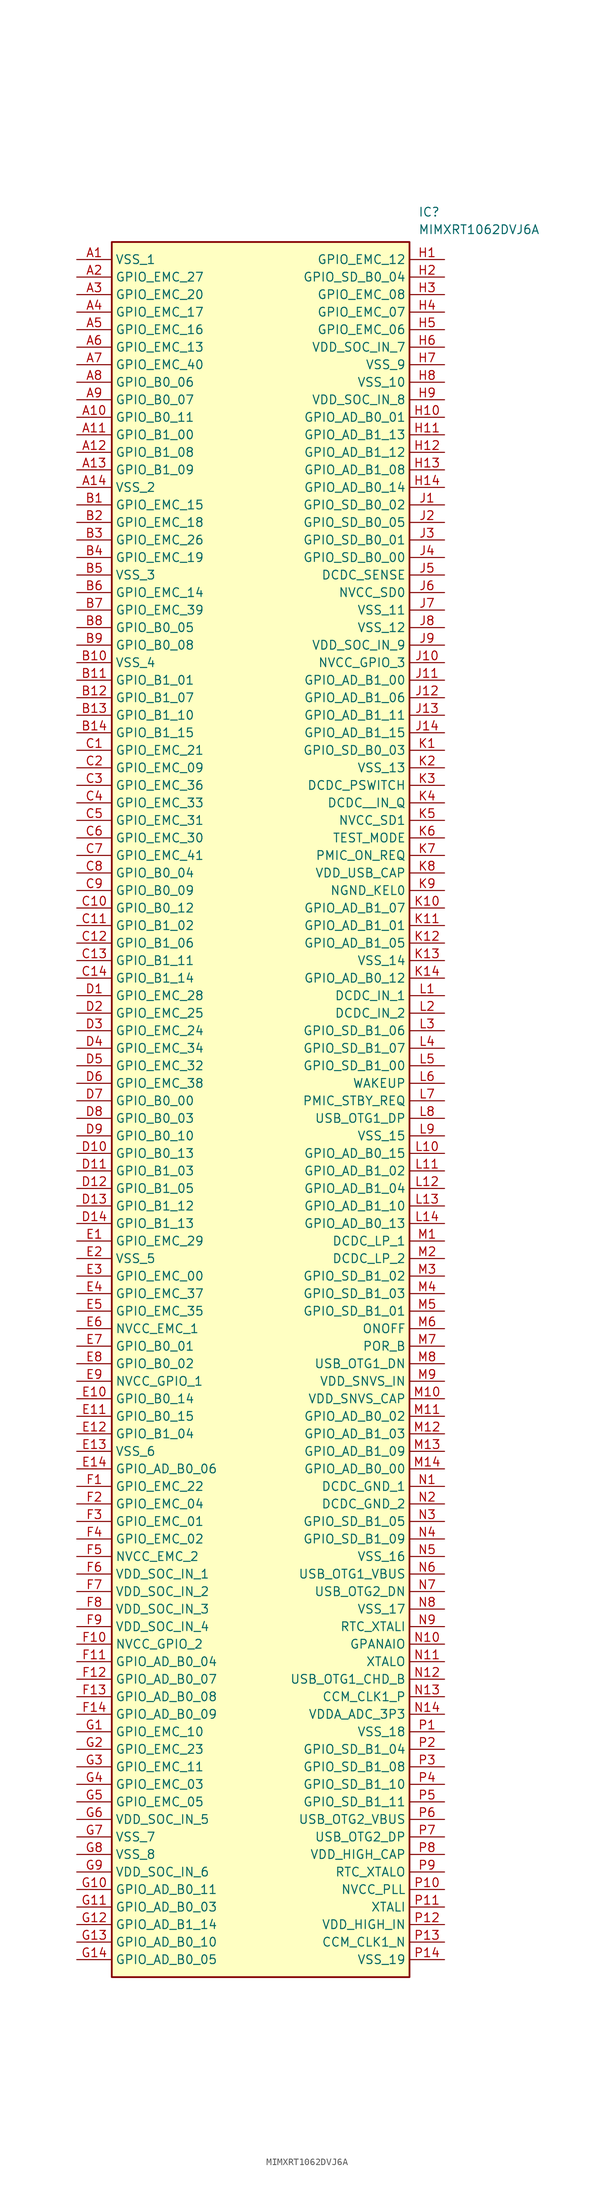
<source format=kicad_sym>
(kicad_symbol_lib
  (version 20241209)
  (generator "kicad_symbol_editor")
  (generator_version "9.0")
  (symbol "MIMXRT1062DVJ6A"
    (property "Reference" "IC"
      (at 49.53 7.62 0)
      (effects (font (size 1.27 1.27)) (justify left top)))
    (property "Value" "MIMXRT1062DVJ6A"
      (at 49.53 5.08 0)
      (effects (font (size 1.27 1.27)) (justify left top)))
    (symbol "MIMXRT1062DVJ6A_1_1"
      (rectangle (start 5.08 2.54) (end 48.26 -248.92) (stroke (width 0.254) (type default)) (fill (type background)))
      (pin passive line (at 0 0 0) (length 5.08) (name "VSS_1" (effects (font (size 1.27 1.27)))) (number "A1" (effects (font (size 1.27 1.27)))))
      (pin passive line (at 0 -2.54 0) (length 5.08) (name "GPIO_EMC_27" (effects (font (size 1.27 1.27)))) (number "A2" (effects (font (size 1.27 1.27)))))
      (pin passive line (at 0 -5.08 0) (length 5.08) (name "GPIO_EMC_20" (effects (font (size 1.27 1.27)))) (number "A3" (effects (font (size 1.27 1.27)))))
      (pin passive line (at 0 -7.62 0) (length 5.08) (name "GPIO_EMC_17" (effects (font (size 1.27 1.27)))) (number "A4" (effects (font (size 1.27 1.27)))))
      (pin passive line (at 0 -10.16 0) (length 5.08) (name "GPIO_EMC_16" (effects (font (size 1.27 1.27)))) (number "A5" (effects (font (size 1.27 1.27)))))
      (pin passive line (at 0 -12.7 0) (length 5.08) (name "GPIO_EMC_13" (effects (font (size 1.27 1.27)))) (number "A6" (effects (font (size 1.27 1.27)))))
      (pin passive line (at 0 -15.24 0) (length 5.08) (name "GPIO_EMC_40" (effects (font (size 1.27 1.27)))) (number "A7" (effects (font (size 1.27 1.27)))))
      (pin passive line (at 0 -17.78 0) (length 5.08) (name "GPIO_B0_06" (effects (font (size 1.27 1.27)))) (number "A8" (effects (font (size 1.27 1.27)))))
      (pin passive line (at 0 -20.32 0) (length 5.08) (name "GPIO_B0_07" (effects (font (size 1.27 1.27)))) (number "A9" (effects (font (size 1.27 1.27)))))
      (pin passive line (at 0 -22.86 0) (length 5.08) (name "GPIO_B0_11" (effects (font (size 1.27 1.27)))) (number "A10" (effects (font (size 1.27 1.27)))))
      (pin passive line (at 0 -25.4 0) (length 5.08) (name "GPIO_B1_00" (effects (font (size 1.27 1.27)))) (number "A11" (effects (font (size 1.27 1.27)))))
      (pin passive line (at 0 -27.94 0) (length 5.08) (name "GPIO_B1_08" (effects (font (size 1.27 1.27)))) (number "A12" (effects (font (size 1.27 1.27)))))
      (pin passive line (at 0 -30.48 0) (length 5.08) (name "GPIO_B1_09" (effects (font (size 1.27 1.27)))) (number "A13" (effects (font (size 1.27 1.27)))))
      (pin passive line (at 0 -33.02 0) (length 5.08) (name "VSS_2" (effects (font (size 1.27 1.27)))) (number "A14" (effects (font (size 1.27 1.27)))))
      (pin passive line (at 0 -35.56 0) (length 5.08) (name "GPIO_EMC_15" (effects (font (size 1.27 1.27)))) (number "B1" (effects (font (size 1.27 1.27)))))
      (pin passive line (at 0 -38.1 0) (length 5.08) (name "GPIO_EMC_18" (effects (font (size 1.27 1.27)))) (number "B2" (effects (font (size 1.27 1.27)))))
      (pin passive line (at 0 -40.64 0) (length 5.08) (name "GPIO_EMC_26" (effects (font (size 1.27 1.27)))) (number "B3" (effects (font (size 1.27 1.27)))))
      (pin passive line (at 0 -43.18 0) (length 5.08) (name "GPIO_EMC_19" (effects (font (size 1.27 1.27)))) (number "B4" (effects (font (size 1.27 1.27)))))
      (pin passive line (at 0 -45.72 0) (length 5.08) (name "VSS_3" (effects (font (size 1.27 1.27)))) (number "B5" (effects (font (size 1.27 1.27)))))
      (pin passive line (at 0 -48.26 0) (length 5.08) (name "GPIO_EMC_14" (effects (font (size 1.27 1.27)))) (number "B6" (effects (font (size 1.27 1.27)))))
      (pin passive line (at 0 -50.8 0) (length 5.08) (name "GPIO_EMC_39" (effects (font (size 1.27 1.27)))) (number "B7" (effects (font (size 1.27 1.27)))))
      (pin passive line (at 0 -53.34 0) (length 5.08) (name "GPIO_B0_05" (effects (font (size 1.27 1.27)))) (number "B8" (effects (font (size 1.27 1.27)))))
      (pin passive line (at 0 -55.88 0) (length 5.08) (name "GPIO_B0_08" (effects (font (size 1.27 1.27)))) (number "B9" (effects (font (size 1.27 1.27)))))
      (pin passive line (at 0 -58.42 0) (length 5.08) (name "VSS_4" (effects (font (size 1.27 1.27)))) (number "B10" (effects (font (size 1.27 1.27)))))
      (pin passive line (at 0 -60.96 0) (length 5.08) (name "GPIO_B1_01" (effects (font (size 1.27 1.27)))) (number "B11" (effects (font (size 1.27 1.27)))))
      (pin passive line (at 0 -63.5 0) (length 5.08) (name "GPIO_B1_07" (effects (font (size 1.27 1.27)))) (number "B12" (effects (font (size 1.27 1.27)))))
      (pin passive line (at 0 -66.04 0) (length 5.08) (name "GPIO_B1_10" (effects (font (size 1.27 1.27)))) (number "B13" (effects (font (size 1.27 1.27)))))
      (pin passive line (at 0 -68.58 0) (length 5.08) (name "GPIO_B1_15" (effects (font (size 1.27 1.27)))) (number "B14" (effects (font (size 1.27 1.27)))))
      (pin passive line (at 0 -71.12 0) (length 5.08) (name "GPIO_EMC_21" (effects (font (size 1.27 1.27)))) (number "C1" (effects (font (size 1.27 1.27)))))
      (pin passive line (at 0 -73.66 0) (length 5.08) (name "GPIO_EMC_09" (effects (font (size 1.27 1.27)))) (number "C2" (effects (font (size 1.27 1.27)))))
      (pin passive line (at 0 -76.2 0) (length 5.08) (name "GPIO_EMC_36" (effects (font (size 1.27 1.27)))) (number "C3" (effects (font (size 1.27 1.27)))))
      (pin passive line (at 0 -78.74 0) (length 5.08) (name "GPIO_EMC_33" (effects (font (size 1.27 1.27)))) (number "C4" (effects (font (size 1.27 1.27)))))
      (pin passive line (at 0 -81.28 0) (length 5.08) (name "GPIO_EMC_31" (effects (font (size 1.27 1.27)))) (number "C5" (effects (font (size 1.27 1.27)))))
      (pin passive line (at 0 -83.82 0) (length 5.08) (name "GPIO_EMC_30" (effects (font (size 1.27 1.27)))) (number "C6" (effects (font (size 1.27 1.27)))))
      (pin passive line (at 0 -86.36 0) (length 5.08) (name "GPIO_EMC_41" (effects (font (size 1.27 1.27)))) (number "C7" (effects (font (size 1.27 1.27)))))
      (pin passive line (at 0 -88.9 0) (length 5.08) (name "GPIO_B0_04" (effects (font (size 1.27 1.27)))) (number "C8" (effects (font (size 1.27 1.27)))))
      (pin passive line (at 0 -91.44 0) (length 5.08) (name "GPIO_B0_09" (effects (font (size 1.27 1.27)))) (number "C9" (effects (font (size 1.27 1.27)))))
      (pin passive line (at 0 -93.98 0) (length 5.08) (name "GPIO_B0_12" (effects (font (size 1.27 1.27)))) (number "C10" (effects (font (size 1.27 1.27)))))
      (pin passive line (at 0 -96.52 0) (length 5.08) (name "GPIO_B1_02" (effects (font (size 1.27 1.27)))) (number "C11" (effects (font (size 1.27 1.27)))))
      (pin passive line (at 0 -99.06 0) (length 5.08) (name "GPIO_B1_06" (effects (font (size 1.27 1.27)))) (number "C12" (effects (font (size 1.27 1.27)))))
      (pin passive line (at 0 -101.6 0) (length 5.08) (name "GPIO_B1_11" (effects (font (size 1.27 1.27)))) (number "C13" (effects (font (size 1.27 1.27)))))
      (pin passive line (at 0 -104.14 0) (length 5.08) (name "GPIO_B1_14" (effects (font (size 1.27 1.27)))) (number "C14" (effects (font (size 1.27 1.27)))))
      (pin passive line (at 0 -106.68 0) (length 5.08) (name "GPIO_EMC_28" (effects (font (size 1.27 1.27)))) (number "D1" (effects (font (size 1.27 1.27)))))
      (pin passive line (at 0 -109.22 0) (length 5.08) (name "GPIO_EMC_25" (effects (font (size 1.27 1.27)))) (number "D2" (effects (font (size 1.27 1.27)))))
      (pin passive line (at 0 -111.76 0) (length 5.08) (name "GPIO_EMC_24" (effects (font (size 1.27 1.27)))) (number "D3" (effects (font (size 1.27 1.27)))))
      (pin passive line (at 0 -114.3 0) (length 5.08) (name "GPIO_EMC_34" (effects (font (size 1.27 1.27)))) (number "D4" (effects (font (size 1.27 1.27)))))
      (pin passive line (at 0 -116.84 0) (length 5.08) (name "GPIO_EMC_32" (effects (font (size 1.27 1.27)))) (number "D5" (effects (font (size 1.27 1.27)))))
      (pin passive line (at 0 -119.38 0) (length 5.08) (name "GPIO_EMC_38" (effects (font (size 1.27 1.27)))) (number "D6" (effects (font (size 1.27 1.27)))))
      (pin passive line (at 0 -121.92 0) (length 5.08) (name "GPIO_B0_00" (effects (font (size 1.27 1.27)))) (number "D7" (effects (font (size 1.27 1.27)))))
      (pin passive line (at 0 -124.46 0) (length 5.08) (name "GPIO_B0_03" (effects (font (size 1.27 1.27)))) (number "D8" (effects (font (size 1.27 1.27)))))
      (pin passive line (at 0 -127 0) (length 5.08) (name "GPIO_B0_10" (effects (font (size 1.27 1.27)))) (number "D9" (effects (font (size 1.27 1.27)))))
      (pin passive line (at 0 -129.54 0) (length 5.08) (name "GPIO_B0_13" (effects (font (size 1.27 1.27)))) (number "D10" (effects (font (size 1.27 1.27)))))
      (pin passive line (at 0 -132.08 0) (length 5.08) (name "GPIO_B1_03" (effects (font (size 1.27 1.27)))) (number "D11" (effects (font (size 1.27 1.27)))))
      (pin passive line (at 0 -134.62 0) (length 5.08) (name "GPIO_B1_05" (effects (font (size 1.27 1.27)))) (number "D12" (effects (font (size 1.27 1.27)))))
      (pin passive line (at 0 -137.16 0) (length 5.08) (name "GPIO_B1_12" (effects (font (size 1.27 1.27)))) (number "D13" (effects (font (size 1.27 1.27)))))
      (pin passive line (at 0 -139.7 0) (length 5.08) (name "GPIO_B1_13" (effects (font (size 1.27 1.27)))) (number "D14" (effects (font (size 1.27 1.27)))))
      (pin passive line (at 0 -142.24 0) (length 5.08) (name "GPIO_EMC_29" (effects (font (size 1.27 1.27)))) (number "E1" (effects (font (size 1.27 1.27)))))
      (pin passive line (at 0 -144.78 0) (length 5.08) (name "VSS_5" (effects (font (size 1.27 1.27)))) (number "E2" (effects (font (size 1.27 1.27)))))
      (pin passive line (at 0 -147.32 0) (length 5.08) (name "GPIO_EMC_00" (effects (font (size 1.27 1.27)))) (number "E3" (effects (font (size 1.27 1.27)))))
      (pin passive line (at 0 -149.86 0) (length 5.08) (name "GPIO_EMC_37" (effects (font (size 1.27 1.27)))) (number "E4" (effects (font (size 1.27 1.27)))))
      (pin passive line (at 0 -152.4 0) (length 5.08) (name "GPIO_EMC_35" (effects (font (size 1.27 1.27)))) (number "E5" (effects (font (size 1.27 1.27)))))
      (pin passive line (at 0 -154.94 0) (length 5.08) (name "NVCC_EMC_1" (effects (font (size 1.27 1.27)))) (number "E6" (effects (font (size 1.27 1.27)))))
      (pin passive line (at 0 -157.48 0) (length 5.08) (name "GPIO_B0_01" (effects (font (size 1.27 1.27)))) (number "E7" (effects (font (size 1.27 1.27)))))
      (pin passive line (at 0 -160.02 0) (length 5.08) (name "GPIO_B0_02" (effects (font (size 1.27 1.27)))) (number "E8" (effects (font (size 1.27 1.27)))))
      (pin passive line (at 0 -162.56 0) (length 5.08) (name "NVCC_GPIO_1" (effects (font (size 1.27 1.27)))) (number "E9" (effects (font (size 1.27 1.27)))))
      (pin passive line (at 0 -165.1 0) (length 5.08) (name "GPIO_B0_14" (effects (font (size 1.27 1.27)))) (number "E10" (effects (font (size 1.27 1.27)))))
      (pin passive line (at 0 -167.64 0) (length 5.08) (name "GPIO_B0_15" (effects (font (size 1.27 1.27)))) (number "E11" (effects (font (size 1.27 1.27)))))
      (pin passive line (at 0 -170.18 0) (length 5.08) (name "GPIO_B1_04" (effects (font (size 1.27 1.27)))) (number "E12" (effects (font (size 1.27 1.27)))))
      (pin passive line (at 0 -172.72 0) (length 5.08) (name "VSS_6" (effects (font (size 1.27 1.27)))) (number "E13" (effects (font (size 1.27 1.27)))))
      (pin passive line (at 0 -175.26 0) (length 5.08) (name "GPIO_AD_B0_06" (effects (font (size 1.27 1.27)))) (number "E14" (effects (font (size 1.27 1.27)))))
      (pin passive line (at 0 -177.8 0) (length 5.08) (name "GPIO_EMC_22" (effects (font (size 1.27 1.27)))) (number "F1" (effects (font (size 1.27 1.27)))))
      (pin passive line (at 0 -180.34 0) (length 5.08) (name "GPIO_EMC_04" (effects (font (size 1.27 1.27)))) (number "F2" (effects (font (size 1.27 1.27)))))
      (pin passive line (at 0 -182.88 0) (length 5.08) (name "GPIO_EMC_01" (effects (font (size 1.27 1.27)))) (number "F3" (effects (font (size 1.27 1.27)))))
      (pin passive line (at 0 -185.42 0) (length 5.08) (name "GPIO_EMC_02" (effects (font (size 1.27 1.27)))) (number "F4" (effects (font (size 1.27 1.27)))))
      (pin passive line (at 0 -187.96 0) (length 5.08) (name "NVCC_EMC_2" (effects (font (size 1.27 1.27)))) (number "F5" (effects (font (size 1.27 1.27)))))
      (pin passive line (at 0 -190.5 0) (length 5.08) (name "VDD_SOC_IN_1" (effects (font (size 1.27 1.27)))) (number "F6" (effects (font (size 1.27 1.27)))))
      (pin passive line (at 0 -193.04 0) (length 5.08) (name "VDD_SOC_IN_2" (effects (font (size 1.27 1.27)))) (number "F7" (effects (font (size 1.27 1.27)))))
      (pin passive line (at 0 -195.58 0) (length 5.08) (name "VDD_SOC_IN_3" (effects (font (size 1.27 1.27)))) (number "F8" (effects (font (size 1.27 1.27)))))
      (pin passive line (at 0 -198.12 0) (length 5.08) (name "VDD_SOC_IN_4" (effects (font (size 1.27 1.27)))) (number "F9" (effects (font (size 1.27 1.27)))))
      (pin passive line (at 0 -200.66 0) (length 5.08) (name "NVCC_GPIO_2" (effects (font (size 1.27 1.27)))) (number "F10" (effects (font (size 1.27 1.27)))))
      (pin passive line (at 0 -203.2 0) (length 5.08) (name "GPIO_AD_B0_04" (effects (font (size 1.27 1.27)))) (number "F11" (effects (font (size 1.27 1.27)))))
      (pin passive line (at 0 -205.74 0) (length 5.08) (name "GPIO_AD_B0_07" (effects (font (size 1.27 1.27)))) (number "F12" (effects (font (size 1.27 1.27)))))
      (pin passive line (at 0 -208.28 0) (length 5.08) (name "GPIO_AD_B0_08" (effects (font (size 1.27 1.27)))) (number "F13" (effects (font (size 1.27 1.27)))))
      (pin passive line (at 0 -210.82 0) (length 5.08) (name "GPIO_AD_B0_09" (effects (font (size 1.27 1.27)))) (number "F14" (effects (font (size 1.27 1.27)))))
      (pin passive line (at 0 -213.36 0) (length 5.08) (name "GPIO_EMC_10" (effects (font (size 1.27 1.27)))) (number "G1" (effects (font (size 1.27 1.27)))))
      (pin passive line (at 0 -215.9 0) (length 5.08) (name "GPIO_EMC_23" (effects (font (size 1.27 1.27)))) (number "G2" (effects (font (size 1.27 1.27)))))
      (pin passive line (at 0 -218.44 0) (length 5.08) (name "GPIO_EMC_11" (effects (font (size 1.27 1.27)))) (number "G3" (effects (font (size 1.27 1.27)))))
      (pin passive line (at 0 -220.98 0) (length 5.08) (name "GPIO_EMC_03" (effects (font (size 1.27 1.27)))) (number "G4" (effects (font (size 1.27 1.27)))))
      (pin passive line (at 0 -223.52 0) (length 5.08) (name "GPIO_EMC_05" (effects (font (size 1.27 1.27)))) (number "G5" (effects (font (size 1.27 1.27)))))
      (pin passive line (at 0 -226.06 0) (length 5.08) (name "VDD_SOC_IN_5" (effects (font (size 1.27 1.27)))) (number "G6" (effects (font (size 1.27 1.27)))))
      (pin passive line (at 0 -228.6 0) (length 5.08) (name "VSS_7" (effects (font (size 1.27 1.27)))) (number "G7" (effects (font (size 1.27 1.27)))))
      (pin passive line (at 0 -231.14 0) (length 5.08) (name "VSS_8" (effects (font (size 1.27 1.27)))) (number "G8" (effects (font (size 1.27 1.27)))))
      (pin passive line (at 0 -233.68 0) (length 5.08) (name "VDD_SOC_IN_6" (effects (font (size 1.27 1.27)))) (number "G9" (effects (font (size 1.27 1.27)))))
      (pin passive line (at 0 -236.22 0) (length 5.08) (name "GPIO_AD_B0_11" (effects (font (size 1.27 1.27)))) (number "G10" (effects (font (size 1.27 1.27)))))
      (pin passive line (at 0 -238.76 0) (length 5.08) (name "GPIO_AD_B0_03" (effects (font (size 1.27 1.27)))) (number "G11" (effects (font (size 1.27 1.27)))))
      (pin passive line (at 0 -241.3 0) (length 5.08) (name "GPIO_AD_B1_14" (effects (font (size 1.27 1.27)))) (number "G12" (effects (font (size 1.27 1.27)))))
      (pin passive line (at 0 -243.84 0) (length 5.08) (name "GPIO_AD_B0_10" (effects (font (size 1.27 1.27)))) (number "G13" (effects (font (size 1.27 1.27)))))
      (pin passive line (at 0 -246.38 0) (length 5.08) (name "GPIO_AD_B0_05" (effects (font (size 1.27 1.27)))) (number "G14" (effects (font (size 1.27 1.27)))))
      (pin passive line (at 53.34 0 180) (length 5.08) (name "GPIO_EMC_12" (effects (font (size 1.27 1.27)))) (number "H1" (effects (font (size 1.27 1.27)))))
      (pin passive line (at 53.34 -2.54 180) (length 5.08) (name "GPIO_SD_B0_04" (effects (font (size 1.27 1.27)))) (number "H2" (effects (font (size 1.27 1.27)))))
      (pin passive line (at 53.34 -5.08 180) (length 5.08) (name "GPIO_EMC_08" (effects (font (size 1.27 1.27)))) (number "H3" (effects (font (size 1.27 1.27)))))
      (pin passive line (at 53.34 -7.62 180) (length 5.08) (name "GPIO_EMC_07" (effects (font (size 1.27 1.27)))) (number "H4" (effects (font (size 1.27 1.27)))))
      (pin passive line (at 53.34 -10.16 180) (length 5.08) (name "GPIO_EMC_06" (effects (font (size 1.27 1.27)))) (number "H5" (effects (font (size 1.27 1.27)))))
      (pin passive line (at 53.34 -12.7 180) (length 5.08) (name "VDD_SOC_IN_7" (effects (font (size 1.27 1.27)))) (number "H6" (effects (font (size 1.27 1.27)))))
      (pin passive line (at 53.34 -15.24 180) (length 5.08) (name "VSS_9" (effects (font (size 1.27 1.27)))) (number "H7" (effects (font (size 1.27 1.27)))))
      (pin passive line (at 53.34 -17.78 180) (length 5.08) (name "VSS_10" (effects (font (size 1.27 1.27)))) (number "H8" (effects (font (size 1.27 1.27)))))
      (pin passive line (at 53.34 -20.32 180) (length 5.08) (name "VDD_SOC_IN_8" (effects (font (size 1.27 1.27)))) (number "H9" (effects (font (size 1.27 1.27)))))
      (pin passive line (at 53.34 -22.86 180) (length 5.08) (name "GPIO_AD_B0_01" (effects (font (size 1.27 1.27)))) (number "H10" (effects (font (size 1.27 1.27)))))
      (pin passive line (at 53.34 -25.4 180) (length 5.08) (name "GPIO_AD_B1_13" (effects (font (size 1.27 1.27)))) (number "H11" (effects (font (size 1.27 1.27)))))
      (pin passive line (at 53.34 -27.94 180) (length 5.08) (name "GPIO_AD_B1_12" (effects (font (size 1.27 1.27)))) (number "H12" (effects (font (size 1.27 1.27)))))
      (pin passive line (at 53.34 -30.48 180) (length 5.08) (name "GPIO_AD_B1_08" (effects (font (size 1.27 1.27)))) (number "H13" (effects (font (size 1.27 1.27)))))
      (pin passive line (at 53.34 -33.02 180) (length 5.08) (name "GPIO_AD_B0_14" (effects (font (size 1.27 1.27)))) (number "H14" (effects (font (size 1.27 1.27)))))
      (pin passive line (at 53.34 -35.56 180) (length 5.08) (name "GPIO_SD_B0_02" (effects (font (size 1.27 1.27)))) (number "J1" (effects (font (size 1.27 1.27)))))
      (pin passive line (at 53.34 -38.1 180) (length 5.08) (name "GPIO_SD_B0_05" (effects (font (size 1.27 1.27)))) (number "J2" (effects (font (size 1.27 1.27)))))
      (pin passive line (at 53.34 -40.64 180) (length 5.08) (name "GPIO_SD_B0_01" (effects (font (size 1.27 1.27)))) (number "J3" (effects (font (size 1.27 1.27)))))
      (pin passive line (at 53.34 -43.18 180) (length 5.08) (name "GPIO_SD_B0_00" (effects (font (size 1.27 1.27)))) (number "J4" (effects (font (size 1.27 1.27)))))
      (pin passive line (at 53.34 -45.72 180) (length 5.08) (name "DCDC_SENSE" (effects (font (size 1.27 1.27)))) (number "J5" (effects (font (size 1.27 1.27)))))
      (pin passive line (at 53.34 -48.26 180) (length 5.08) (name "NVCC_SD0" (effects (font (size 1.27 1.27)))) (number "J6" (effects (font (size 1.27 1.27)))))
      (pin passive line (at 53.34 -50.8 180) (length 5.08) (name "VSS_11" (effects (font (size 1.27 1.27)))) (number "J7" (effects (font (size 1.27 1.27)))))
      (pin passive line (at 53.34 -53.34 180) (length 5.08) (name "VSS_12" (effects (font (size 1.27 1.27)))) (number "J8" (effects (font (size 1.27 1.27)))))
      (pin passive line (at 53.34 -55.88 180) (length 5.08) (name "VDD_SOC_IN_9" (effects (font (size 1.27 1.27)))) (number "J9" (effects (font (size 1.27 1.27)))))
      (pin passive line (at 53.34 -58.42 180) (length 5.08) (name "NVCC_GPIO_3" (effects (font (size 1.27 1.27)))) (number "J10" (effects (font (size 1.27 1.27)))))
      (pin passive line (at 53.34 -60.96 180) (length 5.08) (name "GPIO_AD_B1_00" (effects (font (size 1.27 1.27)))) (number "J11" (effects (font (size 1.27 1.27)))))
      (pin passive line (at 53.34 -63.5 180) (length 5.08) (name "GPIO_AD_B1_06" (effects (font (size 1.27 1.27)))) (number "J12" (effects (font (size 1.27 1.27)))))
      (pin passive line (at 53.34 -66.04 180) (length 5.08) (name "GPIO_AD_B1_11" (effects (font (size 1.27 1.27)))) (number "J13" (effects (font (size 1.27 1.27)))))
      (pin passive line (at 53.34 -68.58 180) (length 5.08) (name "GPIO_AD_B1_15" (effects (font (size 1.27 1.27)))) (number "J14" (effects (font (size 1.27 1.27)))))
      (pin passive line (at 53.34 -71.12 180) (length 5.08) (name "GPIO_SD_B0_03" (effects (font (size 1.27 1.27)))) (number "K1" (effects (font (size 1.27 1.27)))))
      (pin passive line (at 53.34 -73.66 180) (length 5.08) (name "VSS_13" (effects (font (size 1.27 1.27)))) (number "K2" (effects (font (size 1.27 1.27)))))
      (pin passive line (at 53.34 -76.2 180) (length 5.08) (name "DCDC_PSWITCH" (effects (font (size 1.27 1.27)))) (number "K3" (effects (font (size 1.27 1.27)))))
      (pin passive line (at 53.34 -78.74 180) (length 5.08) (name "DCDC__IN_Q" (effects (font (size 1.27 1.27)))) (number "K4" (effects (font (size 1.27 1.27)))))
      (pin passive line (at 53.34 -81.28 180) (length 5.08) (name "NVCC_SD1" (effects (font (size 1.27 1.27)))) (number "K5" (effects (font (size 1.27 1.27)))))
      (pin passive line (at 53.34 -83.82 180) (length 5.08) (name "TEST_MODE" (effects (font (size 1.27 1.27)))) (number "K6" (effects (font (size 1.27 1.27)))))
      (pin passive line (at 53.34 -86.36 180) (length 5.08) (name "PMIC_ON_REQ" (effects (font (size 1.27 1.27)))) (number "K7" (effects (font (size 1.27 1.27)))))
      (pin passive line (at 53.34 -88.9 180) (length 5.08) (name "VDD_USB_CAP" (effects (font (size 1.27 1.27)))) (number "K8" (effects (font (size 1.27 1.27)))))
      (pin passive line (at 53.34 -91.44 180) (length 5.08) (name "NGND_KEL0" (effects (font (size 1.27 1.27)))) (number "K9" (effects (font (size 1.27 1.27)))))
      (pin passive line (at 53.34 -93.98 180) (length 5.08) (name "GPIO_AD_B1_07" (effects (font (size 1.27 1.27)))) (number "K10" (effects (font (size 1.27 1.27)))))
      (pin passive line (at 53.34 -96.52 180) (length 5.08) (name "GPIO_AD_B1_01" (effects (font (size 1.27 1.27)))) (number "K11" (effects (font (size 1.27 1.27)))))
      (pin passive line (at 53.34 -99.06 180) (length 5.08) (name "GPIO_AD_B1_05" (effects (font (size 1.27 1.27)))) (number "K12" (effects (font (size 1.27 1.27)))))
      (pin passive line (at 53.34 -101.6 180) (length 5.08) (name "VSS_14" (effects (font (size 1.27 1.27)))) (number "K13" (effects (font (size 1.27 1.27)))))
      (pin passive line (at 53.34 -104.14 180) (length 5.08) (name "GPIO_AD_B0_12" (effects (font (size 1.27 1.27)))) (number "K14" (effects (font (size 1.27 1.27)))))
      (pin passive line (at 53.34 -106.68 180) (length 5.08) (name "DCDC_IN_1" (effects (font (size 1.27 1.27)))) (number "L1" (effects (font (size 1.27 1.27)))))
      (pin passive line (at 53.34 -109.22 180) (length 5.08) (name "DCDC_IN_2" (effects (font (size 1.27 1.27)))) (number "L2" (effects (font (size 1.27 1.27)))))
      (pin passive line (at 53.34 -111.76 180) (length 5.08) (name "GPIO_SD_B1_06" (effects (font (size 1.27 1.27)))) (number "L3" (effects (font (size 1.27 1.27)))))
      (pin passive line (at 53.34 -114.3 180) (length 5.08) (name "GPIO_SD_B1_07" (effects (font (size 1.27 1.27)))) (number "L4" (effects (font (size 1.27 1.27)))))
      (pin passive line (at 53.34 -116.84 180) (length 5.08) (name "GPIO_SD_B1_00" (effects (font (size 1.27 1.27)))) (number "L5" (effects (font (size 1.27 1.27)))))
      (pin passive line (at 53.34 -119.38 180) (length 5.08) (name "WAKEUP" (effects (font (size 1.27 1.27)))) (number "L6" (effects (font (size 1.27 1.27)))))
      (pin passive line (at 53.34 -121.92 180) (length 5.08) (name "PMIC_STBY_REQ" (effects (font (size 1.27 1.27)))) (number "L7" (effects (font (size 1.27 1.27)))))
      (pin passive line (at 53.34 -124.46 180) (length 5.08) (name "USB_OTG1_DP" (effects (font (size 1.27 1.27)))) (number "L8" (effects (font (size 1.27 1.27)))))
      (pin passive line (at 53.34 -127 180) (length 5.08) (name "VSS_15" (effects (font (size 1.27 1.27)))) (number "L9" (effects (font (size 1.27 1.27)))))
      (pin passive line (at 53.34 -129.54 180) (length 5.08) (name "GPIO_AD_B0_15" (effects (font (size 1.27 1.27)))) (number "L10" (effects (font (size 1.27 1.27)))))
      (pin passive line (at 53.34 -132.08 180) (length 5.08) (name "GPIO_AD_B1_02" (effects (font (size 1.27 1.27)))) (number "L11" (effects (font (size 1.27 1.27)))))
      (pin passive line (at 53.34 -134.62 180) (length 5.08) (name "GPIO_AD_B1_04" (effects (font (size 1.27 1.27)))) (number "L12" (effects (font (size 1.27 1.27)))))
      (pin passive line (at 53.34 -137.16 180) (length 5.08) (name "GPIO_AD_B1_10" (effects (font (size 1.27 1.27)))) (number "L13" (effects (font (size 1.27 1.27)))))
      (pin passive line (at 53.34 -139.7 180) (length 5.08) (name "GPIO_AD_B0_13" (effects (font (size 1.27 1.27)))) (number "L14" (effects (font (size 1.27 1.27)))))
      (pin passive line (at 53.34 -142.24 180) (length 5.08) (name "DCDC_LP_1" (effects (font (size 1.27 1.27)))) (number "M1" (effects (font (size 1.27 1.27)))))
      (pin passive line (at 53.34 -144.78 180) (length 5.08) (name "DCDC_LP_2" (effects (font (size 1.27 1.27)))) (number "M2" (effects (font (size 1.27 1.27)))))
      (pin passive line (at 53.34 -147.32 180) (length 5.08) (name "GPIO_SD_B1_02" (effects (font (size 1.27 1.27)))) (number "M3" (effects (font (size 1.27 1.27)))))
      (pin passive line (at 53.34 -149.86 180) (length 5.08) (name "GPIO_SD_B1_03" (effects (font (size 1.27 1.27)))) (number "M4" (effects (font (size 1.27 1.27)))))
      (pin passive line (at 53.34 -152.4 180) (length 5.08) (name "GPIO_SD_B1_01" (effects (font (size 1.27 1.27)))) (number "M5" (effects (font (size 1.27 1.27)))))
      (pin passive line (at 53.34 -154.94 180) (length 5.08) (name "ONOFF" (effects (font (size 1.27 1.27)))) (number "M6" (effects (font (size 1.27 1.27)))))
      (pin passive line (at 53.34 -157.48 180) (length 5.08) (name "POR_B" (effects (font (size 1.27 1.27)))) (number "M7" (effects (font (size 1.27 1.27)))))
      (pin passive line (at 53.34 -160.02 180) (length 5.08) (name "USB_OTG1_DN" (effects (font (size 1.27 1.27)))) (number "M8" (effects (font (size 1.27 1.27)))))
      (pin passive line (at 53.34 -162.56 180) (length 5.08) (name "VDD_SNVS_IN" (effects (font (size 1.27 1.27)))) (number "M9" (effects (font (size 1.27 1.27)))))
      (pin passive line (at 53.34 -165.1 180) (length 5.08) (name "VDD_SNVS_CAP" (effects (font (size 1.27 1.27)))) (number "M10" (effects (font (size 1.27 1.27)))))
      (pin passive line (at 53.34 -167.64 180) (length 5.08) (name "GPIO_AD_B0_02" (effects (font (size 1.27 1.27)))) (number "M11" (effects (font (size 1.27 1.27)))))
      (pin passive line (at 53.34 -170.18 180) (length 5.08) (name "GPIO_AD_B1_03" (effects (font (size 1.27 1.27)))) (number "M12" (effects (font (size 1.27 1.27)))))
      (pin passive line (at 53.34 -172.72 180) (length 5.08) (name "GPIO_AD_B1_09" (effects (font (size 1.27 1.27)))) (number "M13" (effects (font (size 1.27 1.27)))))
      (pin passive line (at 53.34 -175.26 180) (length 5.08) (name "GPIO_AD_B0_00" (effects (font (size 1.27 1.27)))) (number "M14" (effects (font (size 1.27 1.27)))))
      (pin passive line (at 53.34 -177.8 180) (length 5.08) (name "DCDC_GND_1" (effects (font (size 1.27 1.27)))) (number "N1" (effects (font (size 1.27 1.27)))))
      (pin passive line (at 53.34 -180.34 180) (length 5.08) (name "DCDC_GND_2" (effects (font (size 1.27 1.27)))) (number "N2" (effects (font (size 1.27 1.27)))))
      (pin passive line (at 53.34 -182.88 180) (length 5.08) (name "GPIO_SD_B1_05" (effects (font (size 1.27 1.27)))) (number "N3" (effects (font (size 1.27 1.27)))))
      (pin passive line (at 53.34 -185.42 180) (length 5.08) (name "GPIO_SD_B1_09" (effects (font (size 1.27 1.27)))) (number "N4" (effects (font (size 1.27 1.27)))))
      (pin passive line (at 53.34 -187.96 180) (length 5.08) (name "VSS_16" (effects (font (size 1.27 1.27)))) (number "N5" (effects (font (size 1.27 1.27)))))
      (pin passive line (at 53.34 -190.5 180) (length 5.08) (name "USB_OTG1_VBUS" (effects (font (size 1.27 1.27)))) (number "N6" (effects (font (size 1.27 1.27)))))
      (pin passive line (at 53.34 -193.04 180) (length 5.08) (name "USB_OTG2_DN" (effects (font (size 1.27 1.27)))) (number "N7" (effects (font (size 1.27 1.27)))))
      (pin passive line (at 53.34 -195.58 180) (length 5.08) (name "VSS_17" (effects (font (size 1.27 1.27)))) (number "N8" (effects (font (size 1.27 1.27)))))
      (pin passive line (at 53.34 -198.12 180) (length 5.08) (name "RTC_XTALI" (effects (font (size 1.27 1.27)))) (number "N9" (effects (font (size 1.27 1.27)))))
      (pin passive line (at 53.34 -200.66 180) (length 5.08) (name "GPANAIO" (effects (font (size 1.27 1.27)))) (number "N10" (effects (font (size 1.27 1.27)))))
      (pin passive line (at 53.34 -203.2 180) (length 5.08) (name "XTALO" (effects (font (size 1.27 1.27)))) (number "N11" (effects (font (size 1.27 1.27)))))
      (pin passive line (at 53.34 -205.74 180) (length 5.08) (name "USB_OTG1_CHD_B" (effects (font (size 1.27 1.27)))) (number "N12" (effects (font (size 1.27 1.27)))))
      (pin passive line (at 53.34 -208.28 180) (length 5.08) (name "CCM_CLK1_P" (effects (font (size 1.27 1.27)))) (number "N13" (effects (font (size 1.27 1.27)))))
      (pin passive line (at 53.34 -210.82 180) (length 5.08) (name "VDDA_ADC_3P3" (effects (font (size 1.27 1.27)))) (number "N14" (effects (font (size 1.27 1.27)))))
      (pin passive line (at 53.34 -213.36 180) (length 5.08) (name "VSS_18" (effects (font (size 1.27 1.27)))) (number "P1" (effects (font (size 1.27 1.27)))))
      (pin passive line (at 53.34 -215.9 180) (length 5.08) (name "GPIO_SD_B1_04" (effects (font (size 1.27 1.27)))) (number "P2" (effects (font (size 1.27 1.27)))))
      (pin passive line (at 53.34 -218.44 180) (length 5.08) (name "GPIO_SD_B1_08" (effects (font (size 1.27 1.27)))) (number "P3" (effects (font (size 1.27 1.27)))))
      (pin passive line (at 53.34 -220.98 180) (length 5.08) (name "GPIO_SD_B1_10" (effects (font (size 1.27 1.27)))) (number "P4" (effects (font (size 1.27 1.27)))))
      (pin passive line (at 53.34 -223.52 180) (length 5.08) (name "GPIO_SD_B1_11" (effects (font (size 1.27 1.27)))) (number "P5" (effects (font (size 1.27 1.27)))))
      (pin passive line (at 53.34 -226.06 180) (length 5.08) (name "USB_OTG2_VBUS" (effects (font (size 1.27 1.27)))) (number "P6" (effects (font (size 1.27 1.27)))))
      (pin passive line (at 53.34 -228.6 180) (length 5.08) (name "USB_OTG2_DP" (effects (font (size 1.27 1.27)))) (number "P7" (effects (font (size 1.27 1.27)))))
      (pin passive line (at 53.34 -231.14 180) (length 5.08) (name "VDD_HIGH_CAP" (effects (font (size 1.27 1.27)))) (number "P8" (effects (font (size 1.27 1.27)))))
      (pin passive line (at 53.34 -233.68 180) (length 5.08) (name "RTC_XTALO" (effects (font (size 1.27 1.27)))) (number "P9" (effects (font (size 1.27 1.27)))))
      (pin passive line (at 53.34 -236.22 180) (length 5.08) (name "NVCC_PLL" (effects (font (size 1.27 1.27)))) (number "P10" (effects (font (size 1.27 1.27)))))
      (pin passive line (at 53.34 -238.76 180) (length 5.08) (name "XTALI" (effects (font (size 1.27 1.27)))) (number "P11" (effects (font (size 1.27 1.27)))))
      (pin passive line (at 53.34 -241.3 180) (length 5.08) (name "VDD_HIGH_IN" (effects (font (size 1.27 1.27)))) (number "P12" (effects (font (size 1.27 1.27)))))
      (pin passive line (at 53.34 -243.84 180) (length 5.08) (name "CCM_CLK1_N" (effects (font (size 1.27 1.27)))) (number "P13" (effects (font (size 1.27 1.27)))))
      (pin passive line (at 53.34 -246.38 180) (length 5.08) (name "VSS_19" (effects (font (size 1.27 1.27)))) (number "P14" (effects (font (size 1.27 1.27))))))))
</source>
